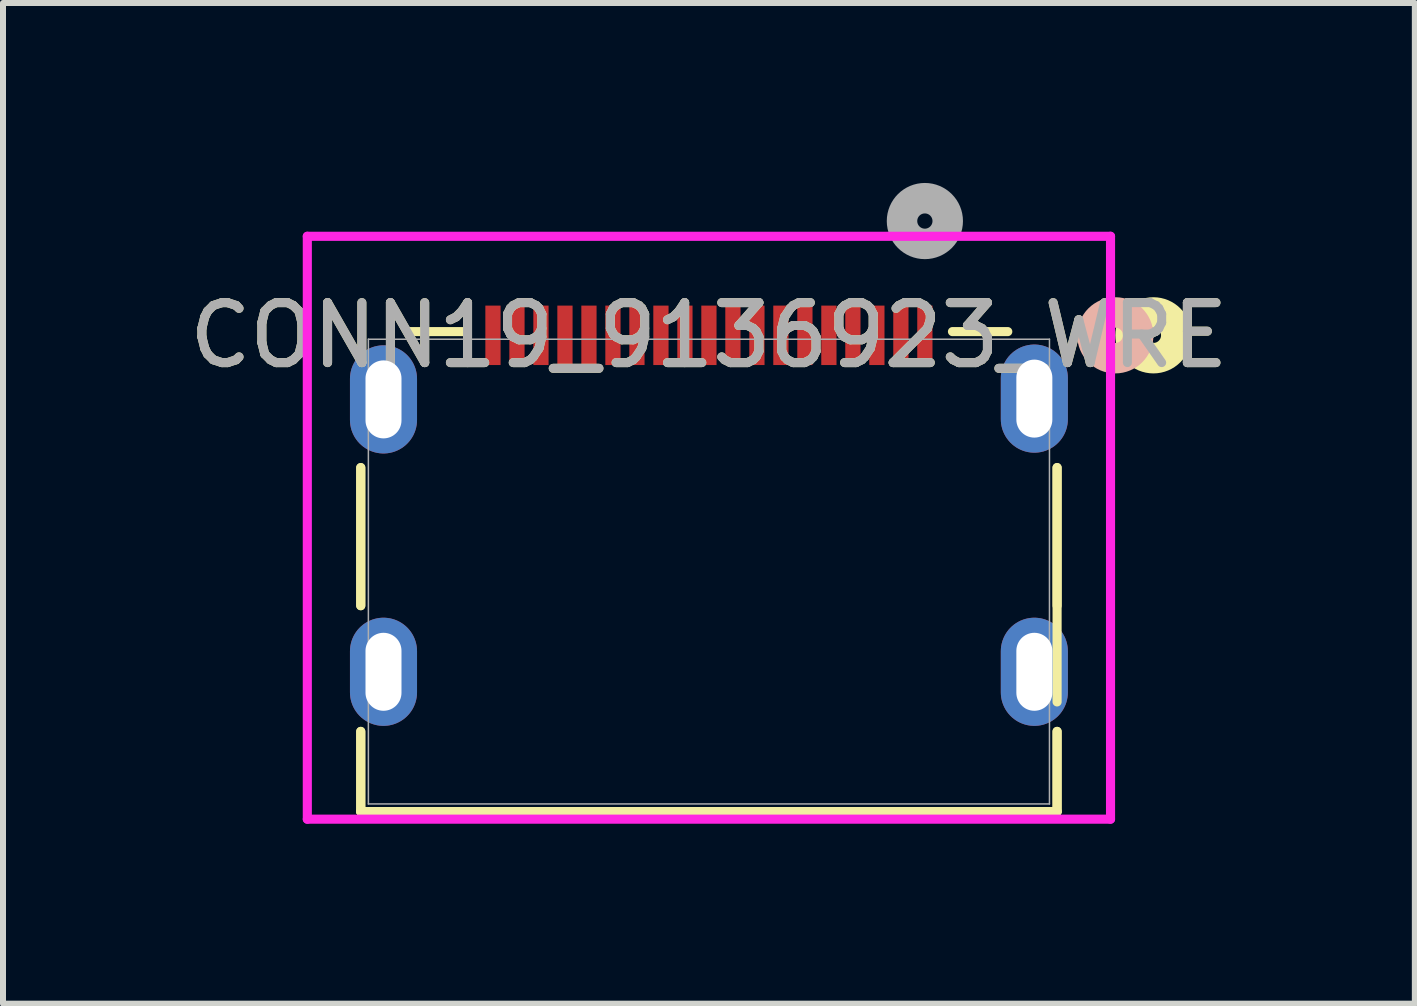
<source format=kicad_pcb>
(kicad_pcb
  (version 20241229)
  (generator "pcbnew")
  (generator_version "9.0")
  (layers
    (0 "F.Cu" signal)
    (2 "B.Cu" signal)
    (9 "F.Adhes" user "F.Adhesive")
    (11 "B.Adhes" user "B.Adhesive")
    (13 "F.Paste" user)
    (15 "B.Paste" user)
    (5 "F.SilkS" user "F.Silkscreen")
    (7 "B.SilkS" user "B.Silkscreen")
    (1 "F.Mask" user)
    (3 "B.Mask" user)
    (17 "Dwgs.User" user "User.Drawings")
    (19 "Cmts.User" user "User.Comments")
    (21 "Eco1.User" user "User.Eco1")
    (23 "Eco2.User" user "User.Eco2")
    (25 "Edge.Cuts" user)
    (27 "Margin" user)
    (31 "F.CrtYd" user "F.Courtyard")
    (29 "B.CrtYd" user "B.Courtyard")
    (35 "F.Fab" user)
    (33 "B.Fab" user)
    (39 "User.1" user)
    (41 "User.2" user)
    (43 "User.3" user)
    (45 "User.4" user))
  (footprint "CONN19_9136923_WRE"
    (layer "F.Cu")
    (at 12.368 2.54)
    (property "Reference" "CONN19_9136923_WRE" (at -3.6 0 0) (unlocked yes) (layer "F.SilkS") (effects (font (size 1 1) (thickness 0.15))))
    (attr smd)
    (fp_line (start -9.404 2.205) (end -9.404 4.507) (stroke (width 0.152) (type solid)) (layer "F.SilkS"))
    (fp_line (start -9.404 4.507) (end -9.404 2.205) (stroke (width 0.152) (type solid)) (layer "F.SilkS"))
    (fp_line (start -9.404 6.603) (end -9.404 7.939) (stroke (width 0.152) (type solid)) (layer "F.SilkS"))
    (fp_line (start -9.404 7.939) (end -9.404 6.603) (stroke (width 0.152) (type solid)) (layer "F.SilkS"))
    (fp_line (start -9.404 7.939) (end 2.204 7.939) (stroke (width 0.152) (type solid)) (layer "F.SilkS"))
    (fp_line (start -8.582 -0.062) (end -7.66 -0.062) (stroke (width 0.152) (type solid)) (layer "F.SilkS"))
    (fp_line (start 0.46 -0.062) (end 1.382 -0.062) (stroke (width 0.152) (type solid)) (layer "F.SilkS"))
    (fp_line (start 2.204 2.205) (end 2.204 4.507) (stroke (width 0.152) (type solid)) (layer "F.SilkS"))
    (fp_line (start 2.204 6.111) (end 2.204 2.205) (stroke (width 0.152) (type solid)) (layer "F.SilkS"))
    (fp_line (start 2.204 6.603) (end 2.204 7.939) (stroke (width 0.152) (type solid)) (layer "F.SilkS"))
    (fp_line (start 2.204 7.939) (end -9.404 7.939) (stroke (width 0.152) (type solid)) (layer "F.SilkS"))
    (fp_line (start 2.204 7.939) (end 2.204 6.603) (stroke (width 0.152) (type solid)) (layer "F.SilkS"))
    (fp_circle (center 3.81 0) (end 4.191 0) (stroke (width 0.508) (type solid)) (fill no) (layer "F.SilkS"))
    (fp_circle (center 3.175 0) (end 3.556 0) (stroke (width 0.508) (type solid)) (fill no) (layer "B.SilkS"))
    (fp_line (start -10.295 -1.651) (end -10.295 8.066) (stroke (width 0.152) (type solid)) (layer "F.CrtYd"))
    (fp_line (start -10.295 8.066) (end 3.095 8.066) (stroke (width 0.152) (type solid)) (layer "F.CrtYd"))
    (fp_line (start 3.095 -1.651) (end -10.295 -1.651) (stroke (width 0.152) (type solid)) (layer "F.CrtYd"))
    (fp_line (start 3.095 8.066) (end 3.095 -1.651) (stroke (width 0.152) (type solid)) (layer "F.CrtYd"))
    (fp_line (start -9.277 0.065) (end -9.277 7.812) (stroke (width 0.025) (type solid)) (layer "F.Fab"))
    (fp_line (start -9.277 7.812) (end 2.077 7.812) (stroke (width 0.025) (type solid)) (layer "F.Fab"))
    (fp_line (start 2.077 0.065) (end -9.277 0.065) (stroke (width 0.025) (type solid)) (layer "F.Fab"))
    (fp_line (start 2.077 7.812) (end 2.077 0.065) (stroke (width 0.025) (type solid)) (layer "F.Fab"))
    (fp_circle (center 0 -1.905) (end 0.381 -1.905) (stroke (width 0.508) (type solid)) (fill no) (layer "F.Fab"))
    (fp_text user "${REFERENCE}" (at -3.6 0 0) (unlocked yes) (layer "F.Fab") (effects (font (size 1 1) (thickness 0.15))))
    (pad "1" smd rect (at 0 0) (size 0.254 0.991) (layers "F.Cu" "F.Mask" "F.Paste"))
    (pad "2" smd rect (at -0.4 0) (size 0.254 0.991) (layers "F.Cu" "F.Mask" "F.Paste"))
    (pad "3" smd rect (at -0.8 0) (size 0.254 0.991) (layers "F.Cu" "F.Mask" "F.Paste"))
    (pad "4" smd rect (at -1.2 0) (size 0.254 0.991) (layers "F.Cu" "F.Mask" "F.Paste"))
    (pad "5" smd rect (at -1.6 0) (size 0.254 0.991) (layers "F.Cu" "F.Mask" "F.Paste"))
    (pad "6" smd rect (at -2 0) (size 0.254 0.991) (layers "F.Cu" "F.Mask" "F.Paste"))
    (pad "7" smd rect (at -2.4 0) (size 0.254 0.991) (layers "F.Cu" "F.Mask" "F.Paste"))
    (pad "8" smd rect (at -2.8 0) (size 0.254 0.991) (layers "F.Cu" "F.Mask" "F.Paste"))
    (pad "9" smd rect (at -3.2 0) (size 0.254 0.991) (layers "F.Cu" "F.Mask" "F.Paste"))
    (pad "10" smd rect (at -3.6 0) (size 0.254 0.991) (layers "F.Cu" "F.Mask" "F.Paste"))
    (pad "11" smd rect (at -4 0) (size 0.254 0.991) (layers "F.Cu" "F.Mask" "F.Paste"))
    (pad "12" smd rect (at -4.4 0) (size 0.254 0.991) (layers "F.Cu" "F.Mask" "F.Paste"))
    (pad "13" smd rect (at -4.8 0) (size 0.254 0.991) (layers "F.Cu" "F.Mask" "F.Paste"))
    (pad "14" smd rect (at -5.2 0) (size 0.254 0.991) (layers "F.Cu" "F.Mask" "F.Paste"))
    (pad "15" smd rect (at -5.6 0) (size 0.254 0.991) (layers "F.Cu" "F.Mask" "F.Paste"))
    (pad "16" smd rect (at -6 0) (size 0.254 0.991) (layers "F.Cu" "F.Mask" "F.Paste"))
    (pad "17" smd rect (at -6.4 0) (size 0.254 0.991) (layers "F.Cu" "F.Mask" "F.Paste"))
    (pad "18" smd rect (at -6.8 0) (size 0.254 0.991) (layers "F.Cu" "F.Mask" "F.Paste"))
    (pad "19" smd rect (at -7.2 0) (size 0.254 0.991) (layers "F.Cu" "F.Mask" "F.Paste"))
    (pad "SH" thru_hole oval (at -9.025 5.609 90) (size 1.803 1.118) (drill oval 1.3 0.6) (layers "*.Cu" "*.Mask"))
    (pad "SH" thru_hole oval (at -9.025 1.068 90) (size 1.803 1.118) (drill oval 1.3 0.6) (layers "*.Cu" "*.Mask"))
    (pad "SH" thru_hole oval (at 1.825 1.055 90) (size 1.803 1.118) (drill oval 1.3 0.6) (layers "*.Cu" "*.Mask"))
    (pad "SH" thru_hole oval (at 1.825 5.609 90) (size 1.803 1.118) (drill oval 1.3 0.6) (layers "*.Cu" "*.Mask")))
  (gr_rect
    (start -3 -3)
    (end 20.536 13.682)
    (stroke (width 0.1) (type default))
    (fill no)
    (layer "Edge.Cuts")))
</source>
